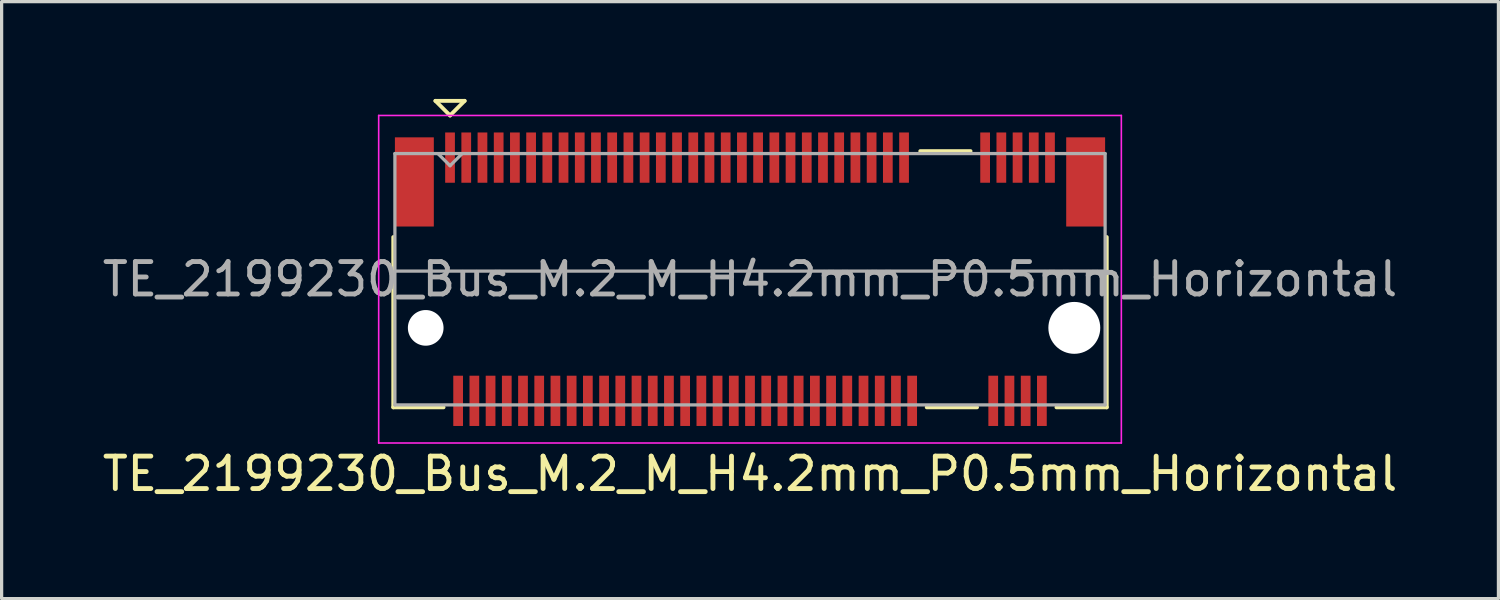
<source format=kicad_pcb>
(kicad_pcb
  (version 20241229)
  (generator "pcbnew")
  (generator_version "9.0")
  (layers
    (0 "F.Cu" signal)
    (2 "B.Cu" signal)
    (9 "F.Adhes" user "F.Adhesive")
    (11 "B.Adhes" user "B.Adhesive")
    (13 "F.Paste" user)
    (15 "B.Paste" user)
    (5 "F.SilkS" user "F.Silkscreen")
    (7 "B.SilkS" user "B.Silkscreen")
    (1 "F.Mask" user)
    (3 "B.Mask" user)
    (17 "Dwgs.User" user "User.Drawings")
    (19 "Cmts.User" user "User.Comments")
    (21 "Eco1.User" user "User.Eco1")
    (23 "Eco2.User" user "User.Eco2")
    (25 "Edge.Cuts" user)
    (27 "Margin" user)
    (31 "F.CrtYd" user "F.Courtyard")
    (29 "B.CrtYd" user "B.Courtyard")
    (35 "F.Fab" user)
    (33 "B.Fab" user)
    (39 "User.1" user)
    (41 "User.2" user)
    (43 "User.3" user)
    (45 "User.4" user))
  (footprint "TE_2199230_Bus_M.2_M_H4.2mm_P0.5mm_Horizontal"
    (layer "F.Cu")
    (at 20.077 5.56)
    (property "Reference" "TE_2199230_Bus_M.2_M_H4.2mm_P0.5mm_Horizontal" (at 0 6 0) (layer "F.SilkS") (effects (font (size 1 1) (thickness 0.15))))
    (attr smd)
    (fp_line (start -11 3.95) (end -11 -1.3) (stroke (width 0.12) (type solid)) (layer "F.SilkS"))
    (fp_line (start -9.7 -5.5) (end -8.8 -5.5) (stroke (width 0.12) (type solid)) (layer "F.SilkS"))
    (fp_line (start -9.45 3.95) (end -11 3.95) (stroke (width 0.12) (type solid)) (layer "F.SilkS"))
    (fp_line (start -9.25 -5.05) (end -9.7 -5.5) (stroke (width 0.12) (type solid)) (layer "F.SilkS"))
    (fp_line (start -8.8 -5.5) (end -9.25 -5.05) (stroke (width 0.12) (type solid)) (layer "F.SilkS"))
    (fp_line (start 6.8 -3.95) (end 5.25 -3.95) (stroke (width 0.12) (type solid)) (layer "F.SilkS"))
    (fp_line (start 7 3.95) (end 5.45 3.95) (stroke (width 0.12) (type solid)) (layer "F.SilkS"))
    (fp_line (start 11 -1.3) (end 11 3.95) (stroke (width 0.12) (type solid)) (layer "F.SilkS"))
    (fp_line (start 11 3.95) (end 9.45 3.95) (stroke (width 0.12) (type solid)) (layer "F.SilkS"))
    (fp_line (start -11.45 -5.05) (end 11.45 -5.05) (stroke (width 0.05) (type solid)) (layer "F.CrtYd"))
    (fp_line (start -11.45 5.05) (end -11.45 -5.05) (stroke (width 0.05) (type solid)) (layer "F.CrtYd"))
    (fp_line (start -11.45 5.05) (end 11.45 5.05) (stroke (width 0.05) (type solid)) (layer "F.CrtYd"))
    (fp_line (start 11.45 -5.05) (end 11.45 5.05) (stroke (width 0.05) (type solid)) (layer "F.CrtYd"))
    (fp_line (start -10.95 -3.875) (end -10.95 3.875) (stroke (width 0.1) (type solid)) (layer "F.Fab"))
    (fp_line (start -10.95 -0.25) (end 10.95 -0.25) (stroke (width 0.1) (type solid)) (layer "F.Fab"))
    (fp_line (start -10.95 3.875) (end 10.95 3.875) (stroke (width 0.1) (type solid)) (layer "F.Fab"))
    (fp_line (start -9.25 -3.5) (end -9.61 -3.86) (stroke (width 0.1) (type solid)) (layer "F.Fab"))
    (fp_line (start -9.25 -3.5) (end -8.89 -3.86) (stroke (width 0.1) (type solid)) (layer "F.Fab"))
    (fp_line (start 10.95 -3.875) (end -10.95 -3.875) (stroke (width 0.1) (type solid)) (layer "F.Fab"))
    (fp_line (start 10.95 -3.875) (end 10.95 3.875) (stroke (width 0.1) (type solid)) (layer "F.Fab"))
    (fp_text user "${REFERENCE}" (at 0 0 0) (layer "F.Fab") (effects (font (size 1 1) (thickness 0.15))))
    (pad "" np_thru_hole circle (at -10 1.5) (size 1.1 1.1) (drill 1.1) (layers "*.Cu" "*.Mask"))
    (pad "" np_thru_hole circle (at 10 1.5) (size 1.6 1.6) (drill 1.6) (layers "*.Cu" "*.Mask"))
    (pad "1" smd rect (at -9.25 -3.75) (size 0.3 1.55) (layers "F.Cu" "F.Mask" "F.Paste"))
    (pad "2" smd rect (at -9 3.75) (size 0.3 1.55) (layers "F.Cu" "F.Mask" "F.Paste"))
    (pad "3" smd rect (at -8.75 -3.75) (size 0.3 1.55) (layers "F.Cu" "F.Mask" "F.Paste"))
    (pad "4" smd rect (at -8.5 3.75) (size 0.3 1.55) (layers "F.Cu" "F.Mask" "F.Paste"))
    (pad "5" smd rect (at -8.25 -3.75) (size 0.3 1.55) (layers "F.Cu" "F.Mask" "F.Paste"))
    (pad "6" smd rect (at -8 3.75) (size 0.3 1.55) (layers "F.Cu" "F.Mask" "F.Paste"))
    (pad "7" smd rect (at -7.75 -3.75) (size 0.3 1.55) (layers "F.Cu" "F.Mask" "F.Paste"))
    (pad "8" smd rect (at -7.5 3.75) (size 0.3 1.55) (layers "F.Cu" "F.Mask" "F.Paste"))
    (pad "9" smd rect (at -7.25 -3.75) (size 0.3 1.55) (layers "F.Cu" "F.Mask" "F.Paste"))
    (pad "10" smd rect (at -7 3.75) (size 0.3 1.55) (layers "F.Cu" "F.Mask" "F.Paste"))
    (pad "11" smd rect (at -6.75 -3.75) (size 0.3 1.55) (layers "F.Cu" "F.Mask" "F.Paste"))
    (pad "12" smd rect (at -6.5 3.75) (size 0.3 1.55) (layers "F.Cu" "F.Mask" "F.Paste"))
    (pad "13" smd rect (at -6.25 -3.75) (size 0.3 1.55) (layers "F.Cu" "F.Mask" "F.Paste"))
    (pad "14" smd rect (at -6 3.75) (size 0.3 1.55) (layers "F.Cu" "F.Mask" "F.Paste"))
    (pad "15" smd rect (at -5.75 -3.75) (size 0.3 1.55) (layers "F.Cu" "F.Mask" "F.Paste"))
    (pad "16" smd rect (at -5.5 3.75) (size 0.3 1.55) (layers "F.Cu" "F.Mask" "F.Paste"))
    (pad "17" smd rect (at -5.25 -3.75) (size 0.3 1.55) (layers "F.Cu" "F.Mask" "F.Paste"))
    (pad "18" smd rect (at -5 3.75) (size 0.3 1.55) (layers "F.Cu" "F.Mask" "F.Paste"))
    (pad "19" smd rect (at -4.75 -3.75) (size 0.3 1.55) (layers "F.Cu" "F.Mask" "F.Paste"))
    (pad "20" smd rect (at -4.5 3.75) (size 0.3 1.55) (layers "F.Cu" "F.Mask" "F.Paste"))
    (pad "21" smd rect (at -4.25 -3.75) (size 0.3 1.55) (layers "F.Cu" "F.Mask" "F.Paste"))
    (pad "22" smd rect (at -4 3.75) (size 0.3 1.55) (layers "F.Cu" "F.Mask" "F.Paste"))
    (pad "23" smd rect (at -3.75 -3.75) (size 0.3 1.55) (layers "F.Cu" "F.Mask" "F.Paste"))
    (pad "24" smd rect (at -3.5 3.75) (size 0.3 1.55) (layers "F.Cu" "F.Mask" "F.Paste"))
    (pad "25" smd rect (at -3.25 -3.75) (size 0.3 1.55) (layers "F.Cu" "F.Mask" "F.Paste"))
    (pad "26" smd rect (at -3 3.75) (size 0.3 1.55) (layers "F.Cu" "F.Mask" "F.Paste"))
    (pad "27" smd rect (at -2.75 -3.75) (size 0.3 1.55) (layers "F.Cu" "F.Mask" "F.Paste"))
    (pad "28" smd rect (at -2.5 3.75) (size 0.3 1.55) (layers "F.Cu" "F.Mask" "F.Paste"))
    (pad "29" smd rect (at -2.25 -3.75) (size 0.3 1.55) (layers "F.Cu" "F.Mask" "F.Paste"))
    (pad "30" smd rect (at -2 3.75) (size 0.3 1.55) (layers "F.Cu" "F.Mask" "F.Paste"))
    (pad "31" smd rect (at -1.75 -3.75) (size 0.3 1.55) (layers "F.Cu" "F.Mask" "F.Paste"))
    (pad "32" smd rect (at -1.5 3.75) (size 0.3 1.55) (layers "F.Cu" "F.Mask" "F.Paste"))
    (pad "33" smd rect (at -1.25 -3.75) (size 0.3 1.55) (layers "F.Cu" "F.Mask" "F.Paste"))
    (pad "34" smd rect (at -1 3.75) (size 0.3 1.55) (layers "F.Cu" "F.Mask" "F.Paste"))
    (pad "35" smd rect (at -0.75 -3.75) (size 0.3 1.55) (layers "F.Cu" "F.Mask" "F.Paste"))
    (pad "36" smd rect (at -0.5 3.75) (size 0.3 1.55) (layers "F.Cu" "F.Mask" "F.Paste"))
    (pad "37" smd rect (at -0.25 -3.75) (size 0.3 1.55) (layers "F.Cu" "F.Mask" "F.Paste"))
    (pad "38" smd rect (at 0 3.75) (size 0.3 1.55) (layers "F.Cu" "F.Mask" "F.Paste"))
    (pad "39" smd rect (at 0.25 -3.75) (size 0.3 1.55) (layers "F.Cu" "F.Mask" "F.Paste"))
    (pad "40" smd rect (at 0.5 3.75) (size 0.3 1.55) (layers "F.Cu" "F.Mask" "F.Paste"))
    (pad "41" smd rect (at 0.75 -3.75) (size 0.3 1.55) (layers "F.Cu" "F.Mask" "F.Paste"))
    (pad "42" smd rect (at 1 3.75) (size 0.3 1.55) (layers "F.Cu" "F.Mask" "F.Paste"))
    (pad "43" smd rect (at 1.25 -3.75) (size 0.3 1.55) (layers "F.Cu" "F.Mask" "F.Paste"))
    (pad "44" smd rect (at 1.5 3.75) (size 0.3 1.55) (layers "F.Cu" "F.Mask" "F.Paste"))
    (pad "45" smd rect (at 1.75 -3.75) (size 0.3 1.55) (layers "F.Cu" "F.Mask" "F.Paste"))
    (pad "46" smd rect (at 2 3.75) (size 0.3 1.55) (layers "F.Cu" "F.Mask" "F.Paste"))
    (pad "47" smd rect (at 2.25 -3.75) (size 0.3 1.55) (layers "F.Cu" "F.Mask" "F.Paste"))
    (pad "48" smd rect (at 2.5 3.75) (size 0.3 1.55) (layers "F.Cu" "F.Mask" "F.Paste"))
    (pad "49" smd rect (at 2.75 -3.75) (size 0.3 1.55) (layers "F.Cu" "F.Mask" "F.Paste"))
    (pad "50" smd rect (at 3 3.75) (size 0.3 1.55) (layers "F.Cu" "F.Mask" "F.Paste"))
    (pad "51" smd rect (at 3.25 -3.75) (size 0.3 1.55) (layers "F.Cu" "F.Mask" "F.Paste"))
    (pad "52" smd rect (at 3.5 3.75) (size 0.3 1.55) (layers "F.Cu" "F.Mask" "F.Paste"))
    (pad "53" smd rect (at 3.75 -3.75) (size 0.3 1.55) (layers "F.Cu" "F.Mask" "F.Paste"))
    (pad "54" smd rect (at 4 3.75) (size 0.3 1.55) (layers "F.Cu" "F.Mask" "F.Paste"))
    (pad "55" smd rect (at 4.25 -3.75) (size 0.3 1.55) (layers "F.Cu" "F.Mask" "F.Paste"))
    (pad "56" smd rect (at 4.5 3.75) (size 0.3 1.55) (layers "F.Cu" "F.Mask" "F.Paste"))
    (pad "57" smd rect (at 4.75 -3.75) (size 0.3 1.55) (layers "F.Cu" "F.Mask" "F.Paste"))
    (pad "58" smd rect (at 5 3.75) (size 0.3 1.55) (layers "F.Cu" "F.Mask" "F.Paste"))
    (pad "67" smd rect (at 7.25 -3.75) (size 0.3 1.55) (layers "F.Cu" "F.Mask" "F.Paste"))
    (pad "68" smd rect (at 7.5 3.75) (size 0.3 1.55) (layers "F.Cu" "F.Mask" "F.Paste"))
    (pad "69" smd rect (at 7.75 -3.75) (size 0.3 1.55) (layers "F.Cu" "F.Mask" "F.Paste"))
    (pad "70" smd rect (at 8 3.75) (size 0.3 1.55) (layers "F.Cu" "F.Mask" "F.Paste"))
    (pad "71" smd rect (at 8.25 -3.75) (size 0.3 1.55) (layers "F.Cu" "F.Mask" "F.Paste"))
    (pad "72" smd rect (at 8.5 3.75) (size 0.3 1.55) (layers "F.Cu" "F.Mask" "F.Paste"))
    (pad "73" smd rect (at 8.75 -3.75) (size 0.3 1.55) (layers "F.Cu" "F.Mask" "F.Paste"))
    (pad "74" smd rect (at 9 3.75) (size 0.3 1.55) (layers "F.Cu" "F.Mask" "F.Paste"))
    (pad "75" smd rect (at 9.25 -3.75) (size 0.3 1.55) (layers "F.Cu" "F.Mask" "F.Paste"))
    (pad "MP" smd rect (at -10.35 -3) (size 1.2 2.75) (layers "F.Cu" "F.Mask" "F.Paste"))
    (pad "MP" smd rect (at 10.35 -3) (size 1.2 2.75) (layers "F.Cu" "F.Mask" "F.Paste")))
  (gr_rect
    (start -3 -3)
    (end 43.155 15.408)
    (stroke (width 0.1) (type default))
    (fill no)
    (layer "Edge.Cuts")))
</source>
